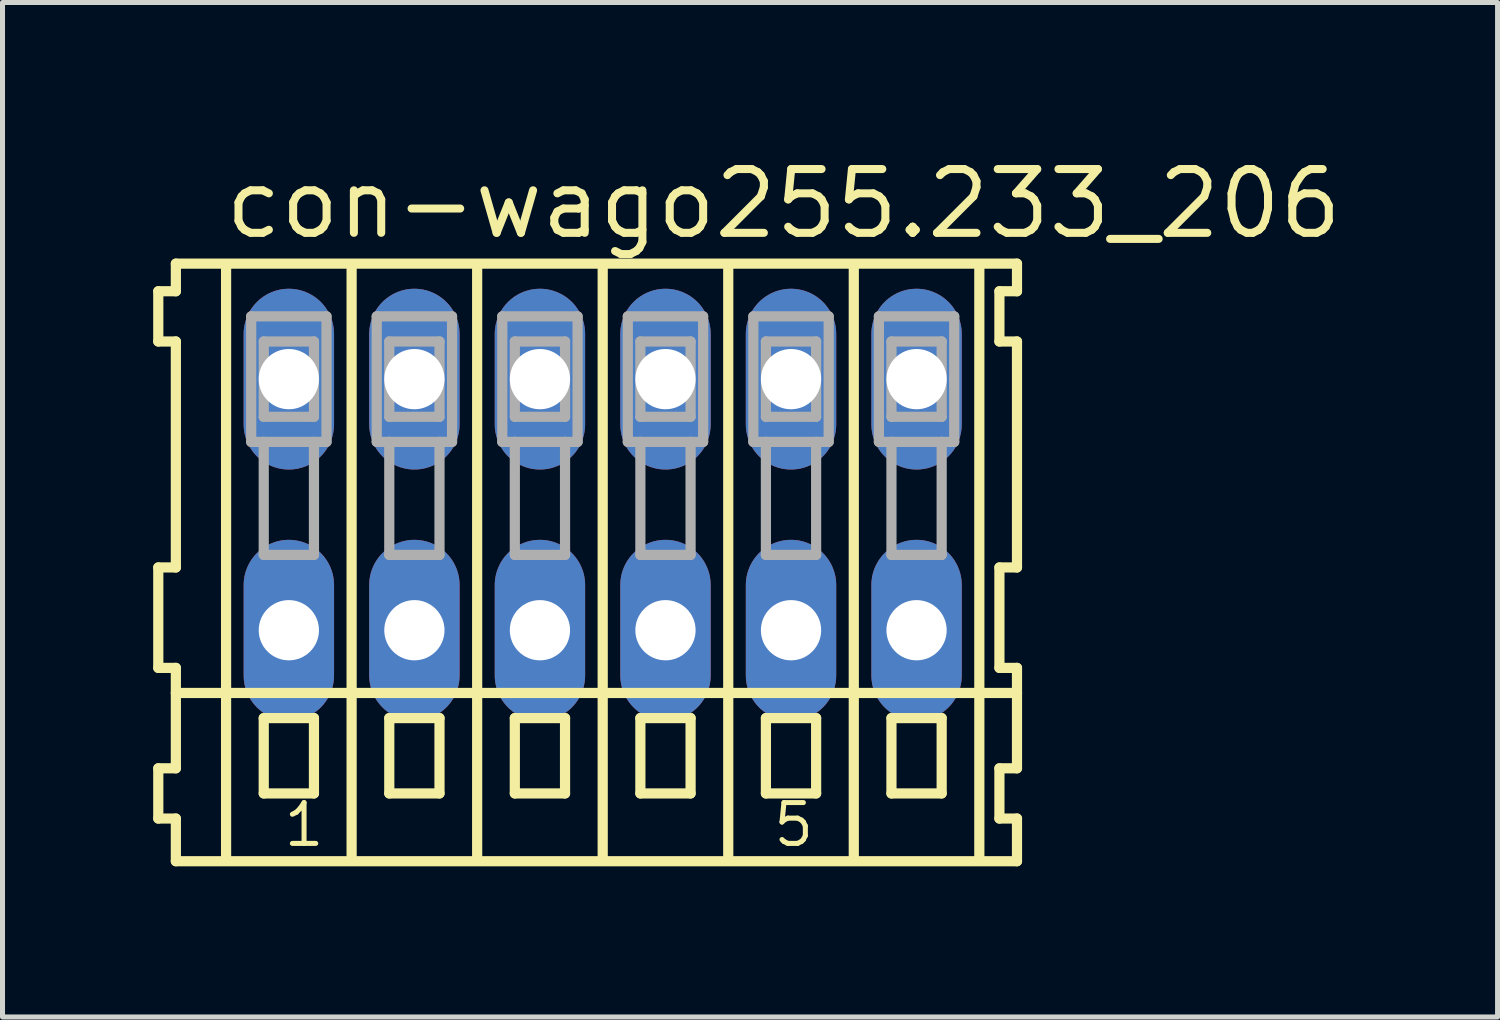
<source format=kicad_pcb>
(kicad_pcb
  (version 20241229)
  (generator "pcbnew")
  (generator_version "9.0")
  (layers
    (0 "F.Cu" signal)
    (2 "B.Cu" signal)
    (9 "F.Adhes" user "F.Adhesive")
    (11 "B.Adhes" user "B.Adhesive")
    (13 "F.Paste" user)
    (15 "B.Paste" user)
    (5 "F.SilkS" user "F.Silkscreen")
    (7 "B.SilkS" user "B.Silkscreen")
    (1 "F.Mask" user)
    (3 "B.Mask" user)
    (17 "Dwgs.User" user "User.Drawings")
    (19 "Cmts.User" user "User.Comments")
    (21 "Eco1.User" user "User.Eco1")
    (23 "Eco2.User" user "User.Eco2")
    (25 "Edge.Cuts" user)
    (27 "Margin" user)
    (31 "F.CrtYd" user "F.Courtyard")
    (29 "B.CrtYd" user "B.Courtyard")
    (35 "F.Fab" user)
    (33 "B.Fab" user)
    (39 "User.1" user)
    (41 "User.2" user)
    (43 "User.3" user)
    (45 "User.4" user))
  (footprint "con-wago255.233_206"
    (layer "F.Cu")
    (at 8.952 7)
    (property "Reference" "con-wago255.233_206" (at -7.6 -5.25 0) (layer "F.SilkS") (effects (font (size 1.27 1.27) (thickness 0.16)) (justify left bottom)))
    (attr through_hole)
    (fp_line (start -8.85 -4.25) (end -8.85 -3.25) (stroke (width 0.203) (type default)) (layer "F.SilkS"))
    (fp_line (start -8.85 -3.25) (end -8.5 -3.25) (stroke (width 0.203) (type default)) (layer "F.SilkS"))
    (fp_line (start -8.85 1.25) (end -8.85 3.25) (stroke (width 0.203) (type default)) (layer "F.SilkS"))
    (fp_line (start -8.85 3.25) (end -8.5 3.25) (stroke (width 0.203) (type default)) (layer "F.SilkS"))
    (fp_line (start -8.85 5.25) (end -8.85 6.25) (stroke (width 0.203) (type default)) (layer "F.SilkS"))
    (fp_line (start -8.85 6.25) (end -8.5 6.25) (stroke (width 0.203) (type default)) (layer "F.SilkS"))
    (fp_line (start -8.5 -4.8) (end -8.5 -4.25) (stroke (width 0.203) (type default)) (layer "F.SilkS"))
    (fp_line (start -8.5 -4.25) (end -8.85 -4.25) (stroke (width 0.203) (type default)) (layer "F.SilkS"))
    (fp_line (start -8.5 -3.25) (end -8.5 1.25) (stroke (width 0.203) (type default)) (layer "F.SilkS"))
    (fp_line (start -8.5 1.25) (end -8.85 1.25) (stroke (width 0.203) (type default)) (layer "F.SilkS"))
    (fp_line (start -8.5 3.25) (end -8.5 5.25) (stroke (width 0.203) (type default)) (layer "F.SilkS"))
    (fp_line (start -8.5 3.75) (end 8.25 3.75) (stroke (width 0.203) (type default)) (layer "F.SilkS"))
    (fp_line (start -8.5 5.25) (end -8.85 5.25) (stroke (width 0.203) (type default)) (layer "F.SilkS"))
    (fp_line (start -8.5 6.25) (end -8.5 7.1) (stroke (width 0.203) (type default)) (layer "F.SilkS"))
    (fp_line (start -8.5 7.1) (end 8.25 7.1) (stroke (width 0.203) (type default)) (layer "F.SilkS"))
    (fp_line (start -7.5 -4.75) (end -7.5 7) (stroke (width 0.203) (type default)) (layer "F.SilkS"))
    (fp_line (start -6.75 4.25) (end -6.75 5.75) (stroke (width 0.203) (type default)) (layer "F.SilkS"))
    (fp_line (start -6.75 5.75) (end -5.75 5.75) (stroke (width 0.203) (type default)) (layer "F.SilkS"))
    (fp_line (start -5.75 4.25) (end -6.75 4.25) (stroke (width 0.203) (type default)) (layer "F.SilkS"))
    (fp_line (start -5.75 5.75) (end -5.75 4.25) (stroke (width 0.203) (type default)) (layer "F.SilkS"))
    (fp_line (start -5 -4.75) (end -5 7) (stroke (width 0.203) (type default)) (layer "F.SilkS"))
    (fp_line (start -4.25 4.25) (end -4.25 5.75) (stroke (width 0.203) (type default)) (layer "F.SilkS"))
    (fp_line (start -4.25 5.75) (end -3.25 5.75) (stroke (width 0.203) (type default)) (layer "F.SilkS"))
    (fp_line (start -3.25 4.25) (end -4.25 4.25) (stroke (width 0.203) (type default)) (layer "F.SilkS"))
    (fp_line (start -3.25 5.75) (end -3.25 4.25) (stroke (width 0.203) (type default)) (layer "F.SilkS"))
    (fp_line (start -2.5 -4.75) (end -2.5 7) (stroke (width 0.203) (type default)) (layer "F.SilkS"))
    (fp_line (start -1.75 4.25) (end -1.75 5.75) (stroke (width 0.203) (type default)) (layer "F.SilkS"))
    (fp_line (start -1.75 5.75) (end -0.75 5.75) (stroke (width 0.203) (type default)) (layer "F.SilkS"))
    (fp_line (start -0.75 4.25) (end -1.75 4.25) (stroke (width 0.203) (type default)) (layer "F.SilkS"))
    (fp_line (start -0.75 5.75) (end -0.75 4.25) (stroke (width 0.203) (type default)) (layer "F.SilkS"))
    (fp_line (start 0 -4.75) (end 0 7) (stroke (width 0.203) (type default)) (layer "F.SilkS"))
    (fp_line (start 0.75 4.25) (end 0.75 5.75) (stroke (width 0.203) (type default)) (layer "F.SilkS"))
    (fp_line (start 0.75 5.75) (end 1.75 5.75) (stroke (width 0.203) (type default)) (layer "F.SilkS"))
    (fp_line (start 1.75 4.25) (end 0.75 4.25) (stroke (width 0.203) (type default)) (layer "F.SilkS"))
    (fp_line (start 1.75 5.75) (end 1.75 4.25) (stroke (width 0.203) (type default)) (layer "F.SilkS"))
    (fp_line (start 2.5 -4.75) (end 2.5 7) (stroke (width 0.203) (type default)) (layer "F.SilkS"))
    (fp_line (start 3.25 4.25) (end 3.25 5.75) (stroke (width 0.203) (type default)) (layer "F.SilkS"))
    (fp_line (start 3.25 5.75) (end 4.25 5.75) (stroke (width 0.203) (type default)) (layer "F.SilkS"))
    (fp_line (start 4.25 4.25) (end 3.25 4.25) (stroke (width 0.203) (type default)) (layer "F.SilkS"))
    (fp_line (start 4.25 5.75) (end 4.25 4.25) (stroke (width 0.203) (type default)) (layer "F.SilkS"))
    (fp_line (start 5 -4.75) (end 5 7) (stroke (width 0.203) (type default)) (layer "F.SilkS"))
    (fp_line (start 5.75 4.25) (end 5.75 5.75) (stroke (width 0.203) (type default)) (layer "F.SilkS"))
    (fp_line (start 5.75 5.75) (end 6.75 5.75) (stroke (width 0.203) (type default)) (layer "F.SilkS"))
    (fp_line (start 6.75 4.25) (end 5.75 4.25) (stroke (width 0.203) (type default)) (layer "F.SilkS"))
    (fp_line (start 6.75 5.75) (end 6.75 4.25) (stroke (width 0.203) (type default)) (layer "F.SilkS"))
    (fp_line (start 7.5 -4.75) (end 7.5 7) (stroke (width 0.203) (type default)) (layer "F.SilkS"))
    (fp_line (start 7.9 -4.25) (end 7.9 -3.25) (stroke (width 0.203) (type default)) (layer "F.SilkS"))
    (fp_line (start 7.9 -3.25) (end 8.25 -3.25) (stroke (width 0.203) (type default)) (layer "F.SilkS"))
    (fp_line (start 7.9 1.25) (end 7.9 3.25) (stroke (width 0.203) (type default)) (layer "F.SilkS"))
    (fp_line (start 7.9 3.25) (end 8.25 3.25) (stroke (width 0.203) (type default)) (layer "F.SilkS"))
    (fp_line (start 7.9 5.25) (end 7.9 6.25) (stroke (width 0.203) (type default)) (layer "F.SilkS"))
    (fp_line (start 7.9 6.25) (end 8.25 6.25) (stroke (width 0.203) (type default)) (layer "F.SilkS"))
    (fp_line (start 8.25 -4.8) (end -8.5 -4.8) (stroke (width 0.203) (type default)) (layer "F.SilkS"))
    (fp_line (start 8.25 -4.25) (end 7.9 -4.25) (stroke (width 0.203) (type default)) (layer "F.SilkS"))
    (fp_line (start 8.25 -4.25) (end 8.25 -4.8) (stroke (width 0.203) (type default)) (layer "F.SilkS"))
    (fp_line (start 8.25 1.25) (end 7.9 1.25) (stroke (width 0.203) (type default)) (layer "F.SilkS"))
    (fp_line (start 8.25 1.25) (end 8.25 -3.25) (stroke (width 0.203) (type default)) (layer "F.SilkS"))
    (fp_line (start 8.25 3.75) (end 8.25 3.25) (stroke (width 0.203) (type default)) (layer "F.SilkS"))
    (fp_line (start 8.25 5.25) (end 7.9 5.25) (stroke (width 0.203) (type default)) (layer "F.SilkS"))
    (fp_line (start 8.25 5.25) (end 8.25 3.75) (stroke (width 0.203) (type default)) (layer "F.SilkS"))
    (fp_line (start 8.25 7.1) (end 8.25 6.25) (stroke (width 0.203) (type default)) (layer "F.SilkS"))
    (fp_line (start -7 -3.75) (end -7 -1.25) (stroke (width 0.203) (type default)) (layer "F.Fab"))
    (fp_line (start -7 -1.25) (end -6.75 -1.25) (stroke (width 0.203) (type default)) (layer "F.Fab"))
    (fp_line (start -6.75 -3.25) (end -6.75 -1.75) (stroke (width 0.203) (type default)) (layer "F.Fab"))
    (fp_line (start -6.75 -1.75) (end -5.75 -1.75) (stroke (width 0.203) (type default)) (layer "F.Fab"))
    (fp_line (start -6.75 -1.25) (end -6.75 1) (stroke (width 0.203) (type default)) (layer "F.Fab"))
    (fp_line (start -6.75 -1.25) (end -5.75 -1.25) (stroke (width 0.203) (type default)) (layer "F.Fab"))
    (fp_line (start -6.75 1) (end -5.75 1) (stroke (width 0.203) (type default)) (layer "F.Fab"))
    (fp_line (start -5.75 -3.25) (end -6.75 -3.25) (stroke (width 0.203) (type default)) (layer "F.Fab"))
    (fp_line (start -5.75 -1.75) (end -5.75 -3.25) (stroke (width 0.203) (type default)) (layer "F.Fab"))
    (fp_line (start -5.75 -1.25) (end -5.5 -1.25) (stroke (width 0.203) (type default)) (layer "F.Fab"))
    (fp_line (start -5.75 1) (end -5.75 -1.25) (stroke (width 0.203) (type default)) (layer "F.Fab"))
    (fp_line (start -5.5 -3.75) (end -7 -3.75) (stroke (width 0.203) (type default)) (layer "F.Fab"))
    (fp_line (start -5.5 -1.25) (end -5.5 -3.75) (stroke (width 0.203) (type default)) (layer "F.Fab"))
    (fp_line (start -4.5 -3.75) (end -4.5 -1.25) (stroke (width 0.203) (type default)) (layer "F.Fab"))
    (fp_line (start -4.5 -1.25) (end -4.25 -1.25) (stroke (width 0.203) (type default)) (layer "F.Fab"))
    (fp_line (start -4.25 -3.25) (end -4.25 -1.75) (stroke (width 0.203) (type default)) (layer "F.Fab"))
    (fp_line (start -4.25 -1.75) (end -3.25 -1.75) (stroke (width 0.203) (type default)) (layer "F.Fab"))
    (fp_line (start -4.25 -1.25) (end -4.25 1) (stroke (width 0.203) (type default)) (layer "F.Fab"))
    (fp_line (start -4.25 -1.25) (end -3.25 -1.25) (stroke (width 0.203) (type default)) (layer "F.Fab"))
    (fp_line (start -4.25 1) (end -3.25 1) (stroke (width 0.203) (type default)) (layer "F.Fab"))
    (fp_line (start -3.25 -3.25) (end -4.25 -3.25) (stroke (width 0.203) (type default)) (layer "F.Fab"))
    (fp_line (start -3.25 -1.75) (end -3.25 -3.25) (stroke (width 0.203) (type default)) (layer "F.Fab"))
    (fp_line (start -3.25 -1.25) (end -3 -1.25) (stroke (width 0.203) (type default)) (layer "F.Fab"))
    (fp_line (start -3.25 1) (end -3.25 -1.25) (stroke (width 0.203) (type default)) (layer "F.Fab"))
    (fp_line (start -3 -3.75) (end -4.5 -3.75) (stroke (width 0.203) (type default)) (layer "F.Fab"))
    (fp_line (start -3 -1.25) (end -3 -3.75) (stroke (width 0.203) (type default)) (layer "F.Fab"))
    (fp_line (start -2 -3.75) (end -2 -1.25) (stroke (width 0.203) (type default)) (layer "F.Fab"))
    (fp_line (start -2 -1.25) (end -1.75 -1.25) (stroke (width 0.203) (type default)) (layer "F.Fab"))
    (fp_line (start -1.75 -3.25) (end -1.75 -1.75) (stroke (width 0.203) (type default)) (layer "F.Fab"))
    (fp_line (start -1.75 -1.75) (end -0.75 -1.75) (stroke (width 0.203) (type default)) (layer "F.Fab"))
    (fp_line (start -1.75 -1.25) (end -1.75 1) (stroke (width 0.203) (type default)) (layer "F.Fab"))
    (fp_line (start -1.75 -1.25) (end -0.75 -1.25) (stroke (width 0.203) (type default)) (layer "F.Fab"))
    (fp_line (start -1.75 1) (end -0.75 1) (stroke (width 0.203) (type default)) (layer "F.Fab"))
    (fp_line (start -0.75 -3.25) (end -1.75 -3.25) (stroke (width 0.203) (type default)) (layer "F.Fab"))
    (fp_line (start -0.75 -1.75) (end -0.75 -3.25) (stroke (width 0.203) (type default)) (layer "F.Fab"))
    (fp_line (start -0.75 -1.25) (end -0.5 -1.25) (stroke (width 0.203) (type default)) (layer "F.Fab"))
    (fp_line (start -0.75 1) (end -0.75 -1.25) (stroke (width 0.203) (type default)) (layer "F.Fab"))
    (fp_line (start -0.5 -3.75) (end -2 -3.75) (stroke (width 0.203) (type default)) (layer "F.Fab"))
    (fp_line (start -0.5 -1.25) (end -0.5 -3.75) (stroke (width 0.203) (type default)) (layer "F.Fab"))
    (fp_line (start 0.5 -3.75) (end 0.5 -1.25) (stroke (width 0.203) (type default)) (layer "F.Fab"))
    (fp_line (start 0.5 -1.25) (end 0.75 -1.25) (stroke (width 0.203) (type default)) (layer "F.Fab"))
    (fp_line (start 0.75 -3.25) (end 0.75 -1.75) (stroke (width 0.203) (type default)) (layer "F.Fab"))
    (fp_line (start 0.75 -1.75) (end 1.75 -1.75) (stroke (width 0.203) (type default)) (layer "F.Fab"))
    (fp_line (start 0.75 -1.25) (end 0.75 1) (stroke (width 0.203) (type default)) (layer "F.Fab"))
    (fp_line (start 0.75 -1.25) (end 1.75 -1.25) (stroke (width 0.203) (type default)) (layer "F.Fab"))
    (fp_line (start 0.75 1) (end 1.75 1) (stroke (width 0.203) (type default)) (layer "F.Fab"))
    (fp_line (start 1.75 -3.25) (end 0.75 -3.25) (stroke (width 0.203) (type default)) (layer "F.Fab"))
    (fp_line (start 1.75 -1.75) (end 1.75 -3.25) (stroke (width 0.203) (type default)) (layer "F.Fab"))
    (fp_line (start 1.75 -1.25) (end 2 -1.25) (stroke (width 0.203) (type default)) (layer "F.Fab"))
    (fp_line (start 1.75 1) (end 1.75 -1.25) (stroke (width 0.203) (type default)) (layer "F.Fab"))
    (fp_line (start 2 -3.75) (end 0.5 -3.75) (stroke (width 0.203) (type default)) (layer "F.Fab"))
    (fp_line (start 2 -1.25) (end 2 -3.75) (stroke (width 0.203) (type default)) (layer "F.Fab"))
    (fp_line (start 3 -3.75) (end 3 -1.25) (stroke (width 0.203) (type default)) (layer "F.Fab"))
    (fp_line (start 3 -1.25) (end 3.25 -1.25) (stroke (width 0.203) (type default)) (layer "F.Fab"))
    (fp_line (start 3.25 -3.25) (end 3.25 -1.75) (stroke (width 0.203) (type default)) (layer "F.Fab"))
    (fp_line (start 3.25 -1.75) (end 4.25 -1.75) (stroke (width 0.203) (type default)) (layer "F.Fab"))
    (fp_line (start 3.25 -1.25) (end 3.25 1) (stroke (width 0.203) (type default)) (layer "F.Fab"))
    (fp_line (start 3.25 -1.25) (end 4.25 -1.25) (stroke (width 0.203) (type default)) (layer "F.Fab"))
    (fp_line (start 3.25 1) (end 4.25 1) (stroke (width 0.203) (type default)) (layer "F.Fab"))
    (fp_line (start 4.25 -3.25) (end 3.25 -3.25) (stroke (width 0.203) (type default)) (layer "F.Fab"))
    (fp_line (start 4.25 -1.75) (end 4.25 -3.25) (stroke (width 0.203) (type default)) (layer "F.Fab"))
    (fp_line (start 4.25 -1.25) (end 4.5 -1.25) (stroke (width 0.203) (type default)) (layer "F.Fab"))
    (fp_line (start 4.25 1) (end 4.25 -1.25) (stroke (width 0.203) (type default)) (layer "F.Fab"))
    (fp_line (start 4.5 -3.75) (end 3 -3.75) (stroke (width 0.203) (type default)) (layer "F.Fab"))
    (fp_line (start 4.5 -1.25) (end 4.5 -3.75) (stroke (width 0.203) (type default)) (layer "F.Fab"))
    (fp_line (start 5.5 -3.75) (end 5.5 -1.25) (stroke (width 0.203) (type default)) (layer "F.Fab"))
    (fp_line (start 5.5 -1.25) (end 5.75 -1.25) (stroke (width 0.203) (type default)) (layer "F.Fab"))
    (fp_line (start 5.75 -3.25) (end 5.75 -1.75) (stroke (width 0.203) (type default)) (layer "F.Fab"))
    (fp_line (start 5.75 -1.75) (end 6.75 -1.75) (stroke (width 0.203) (type default)) (layer "F.Fab"))
    (fp_line (start 5.75 -1.25) (end 5.75 1) (stroke (width 0.203) (type default)) (layer "F.Fab"))
    (fp_line (start 5.75 -1.25) (end 6.75 -1.25) (stroke (width 0.203) (type default)) (layer "F.Fab"))
    (fp_line (start 5.75 1) (end 6.75 1) (stroke (width 0.203) (type default)) (layer "F.Fab"))
    (fp_line (start 6.75 -3.25) (end 5.75 -3.25) (stroke (width 0.203) (type default)) (layer "F.Fab"))
    (fp_line (start 6.75 -1.75) (end 6.75 -3.25) (stroke (width 0.203) (type default)) (layer "F.Fab"))
    (fp_line (start 6.75 -1.25) (end 7 -1.25) (stroke (width 0.203) (type default)) (layer "F.Fab"))
    (fp_line (start 6.75 1) (end 6.75 -1.25) (stroke (width 0.203) (type default)) (layer "F.Fab"))
    (fp_line (start 7 -3.75) (end 5.5 -3.75) (stroke (width 0.203) (type default)) (layer "F.Fab"))
    (fp_line (start 7 -1.25) (end 7 -3.75) (stroke (width 0.203) (type default)) (layer "F.Fab"))
    (fp_text user "1" (at -6.4 6.85 0) (layer "F.SilkS") (effects (font (size 0.813 0.813) (thickness 0.1)) (justify left bottom)))
    (fp_text user "5" (at 3.35 6.85 0) (layer "F.SilkS") (effects (font (size 0.813 0.813) (thickness 0.1)) (justify left bottom)))
    (pad "A1" thru_hole oval (at -6.25 -2.5 90) (size 3.6 1.8) (drill 1.2) (layers "*.Cu" "*.Mask"))
    (pad "A2" thru_hole oval (at -3.75 -2.5 90) (size 3.6 1.8) (drill 1.2) (layers "*.Cu" "*.Mask"))
    (pad "A3" thru_hole oval (at -1.25 -2.5 90) (size 3.6 1.8) (drill 1.2) (layers "*.Cu" "*.Mask"))
    (pad "A4" thru_hole oval (at 1.25 -2.5 90) (size 3.6 1.8) (drill 1.2) (layers "*.Cu" "*.Mask"))
    (pad "A5" thru_hole oval (at 3.75 -2.5 90) (size 3.6 1.8) (drill 1.2) (layers "*.Cu" "*.Mask"))
    (pad "A6" thru_hole oval (at 6.25 -2.5 90) (size 3.6 1.8) (drill 1.2) (layers "*.Cu" "*.Mask"))
    (pad "B1" thru_hole oval (at -6.25 2.5 90) (size 3.6 1.8) (drill 1.2) (layers "*.Cu" "*.Mask"))
    (pad "B2" thru_hole oval (at -3.75 2.5 90) (size 3.6 1.8) (drill 1.2) (layers "*.Cu" "*.Mask"))
    (pad "B3" thru_hole oval (at -1.25 2.5 90) (size 3.6 1.8) (drill 1.2) (layers "*.Cu" "*.Mask"))
    (pad "B4" thru_hole oval (at 1.25 2.5 90) (size 3.6 1.8) (drill 1.2) (layers "*.Cu" "*.Mask"))
    (pad "B5" thru_hole oval (at 3.75 2.5 90) (size 3.6 1.8) (drill 1.2) (layers "*.Cu" "*.Mask"))
    (pad "B6" thru_hole oval (at 6.25 2.5 90) (size 3.6 1.8) (drill 1.2) (layers "*.Cu" "*.Mask")))
  (gr_rect
    (start -3 -3)
    (end 26.772 17.202)
    (stroke (width 0.1) (type default))
    (fill no)
    (layer "Edge.Cuts")))
</source>
